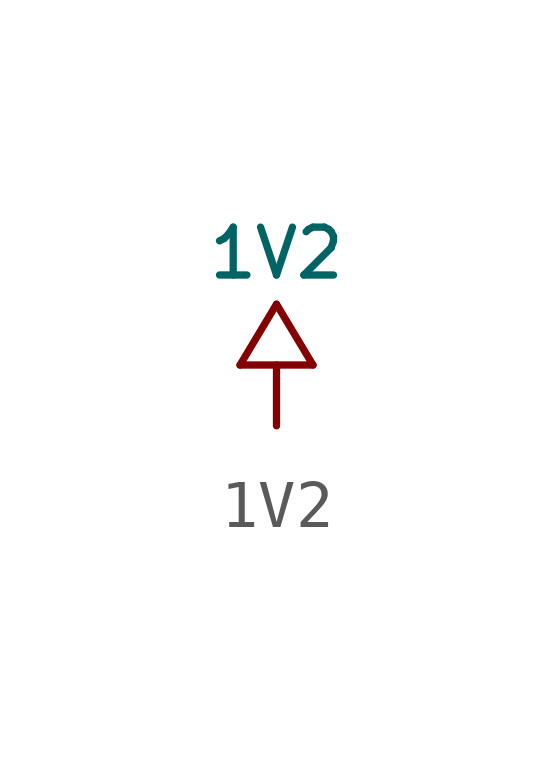
<source format=kicad_sym>
(kicad_symbol_lib
  (version 20241209)
  (generator "kicad_symbol_editor")
  (generator_version "9.0")
  (symbol "1V2"
    (power)
    (pin_names
      (offset 0))
    (property "Reference" "#PWR?"
      (at 0 -3.81 0)
      (effects (font (size 1.27 1.27)) (hide yes)))
    (property "Value" "1V2"
      (at 0 3.605 0)
      (effects (font (size 1 1))))
    (symbol "1V2_0_1"
      (polyline (pts (xy -0.762 1.27) (xy 0 2.54)) (stroke (width 0) (type default)) (fill (type none)))
      (polyline (pts (xy -0.762 1.27) (xy 0.762 1.27)) (stroke (width 0) (type default)) (fill (type none)))
      (polyline (pts (xy 0 2.54) (xy 0.762 1.27)) (stroke (width 0) (type default)) (fill (type none)))
      (polyline (pts (xy 0 0) (xy 0 1.27)) (stroke (width 0) (type default)) (fill (type none))))
    (symbol "1V2_1_1"
      (pin power_in line (at 0 0 90) (length 0) (hide yes) (name "1V2" (effects (font (size 1.27 1.27)))) (number "1" (effects (font (size 1.27 1.27))))))))
</source>
